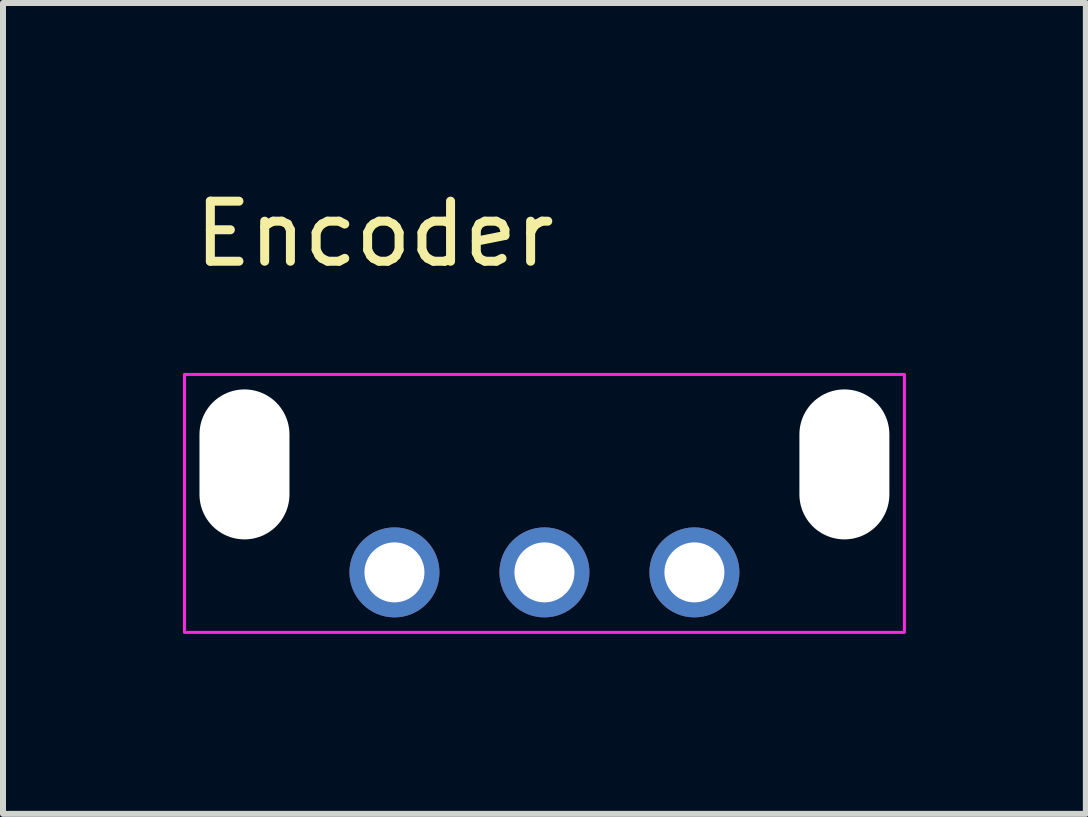
<source format=kicad_pcb>
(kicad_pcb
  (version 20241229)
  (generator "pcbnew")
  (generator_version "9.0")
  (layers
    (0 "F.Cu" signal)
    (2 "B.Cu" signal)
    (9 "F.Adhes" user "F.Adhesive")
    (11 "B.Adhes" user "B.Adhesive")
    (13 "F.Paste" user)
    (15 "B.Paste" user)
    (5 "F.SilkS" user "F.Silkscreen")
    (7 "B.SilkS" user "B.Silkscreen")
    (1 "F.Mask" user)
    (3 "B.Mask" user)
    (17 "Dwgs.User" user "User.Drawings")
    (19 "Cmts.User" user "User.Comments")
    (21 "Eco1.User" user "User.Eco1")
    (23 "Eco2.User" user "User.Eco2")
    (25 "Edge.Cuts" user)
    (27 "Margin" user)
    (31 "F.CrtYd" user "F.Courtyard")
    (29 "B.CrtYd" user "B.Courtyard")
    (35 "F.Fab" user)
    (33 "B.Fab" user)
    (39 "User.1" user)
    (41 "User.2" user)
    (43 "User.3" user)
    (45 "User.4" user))
  (footprint "Encoder"
    (layer "F.Cu")
    (at 6.025 6.491)
    (property "Reference" "Encoder" (at -2.828 -5.642 0) (layer "F.SilkS") (effects (font (size 1.001 1.001) (thickness 0.15))))
    (attr through_hole)
    (fp_rect (start -6 -3.3) (end 6 1) (stroke (width 0.05) (type solid)) (fill no) (layer "F.CrtYd"))
    (pad "" np_thru_hole oval (at -5 -1.8) (size 1.5 2.5) (drill oval 1.5 2.5) (layers "*.Cu" "*.Mask"))
    (pad "" np_thru_hole oval (at 5 -1.8) (size 1.5 2.5) (drill oval 1.5 2.5) (layers "*.Cu" "*.Mask"))
    (pad "A" thru_hole circle (at -2.5 0) (size 1.5 1.5) (drill 1) (layers "*.Cu" "*.Mask"))
    (pad "B" thru_hole circle (at 0 0) (size 1.5 1.5) (drill 1) (layers "*.Cu" "*.Mask"))
    (pad "C" thru_hole circle (at 2.5 0) (size 1.5 1.5) (drill 1) (layers "*.Cu" "*.Mask")))
  (gr_rect
    (start -3 -3)
    (end 15.05 10.516)
    (stroke (width 0.1) (type default))
    (fill no)
    (layer "Edge.Cuts")))
</source>
